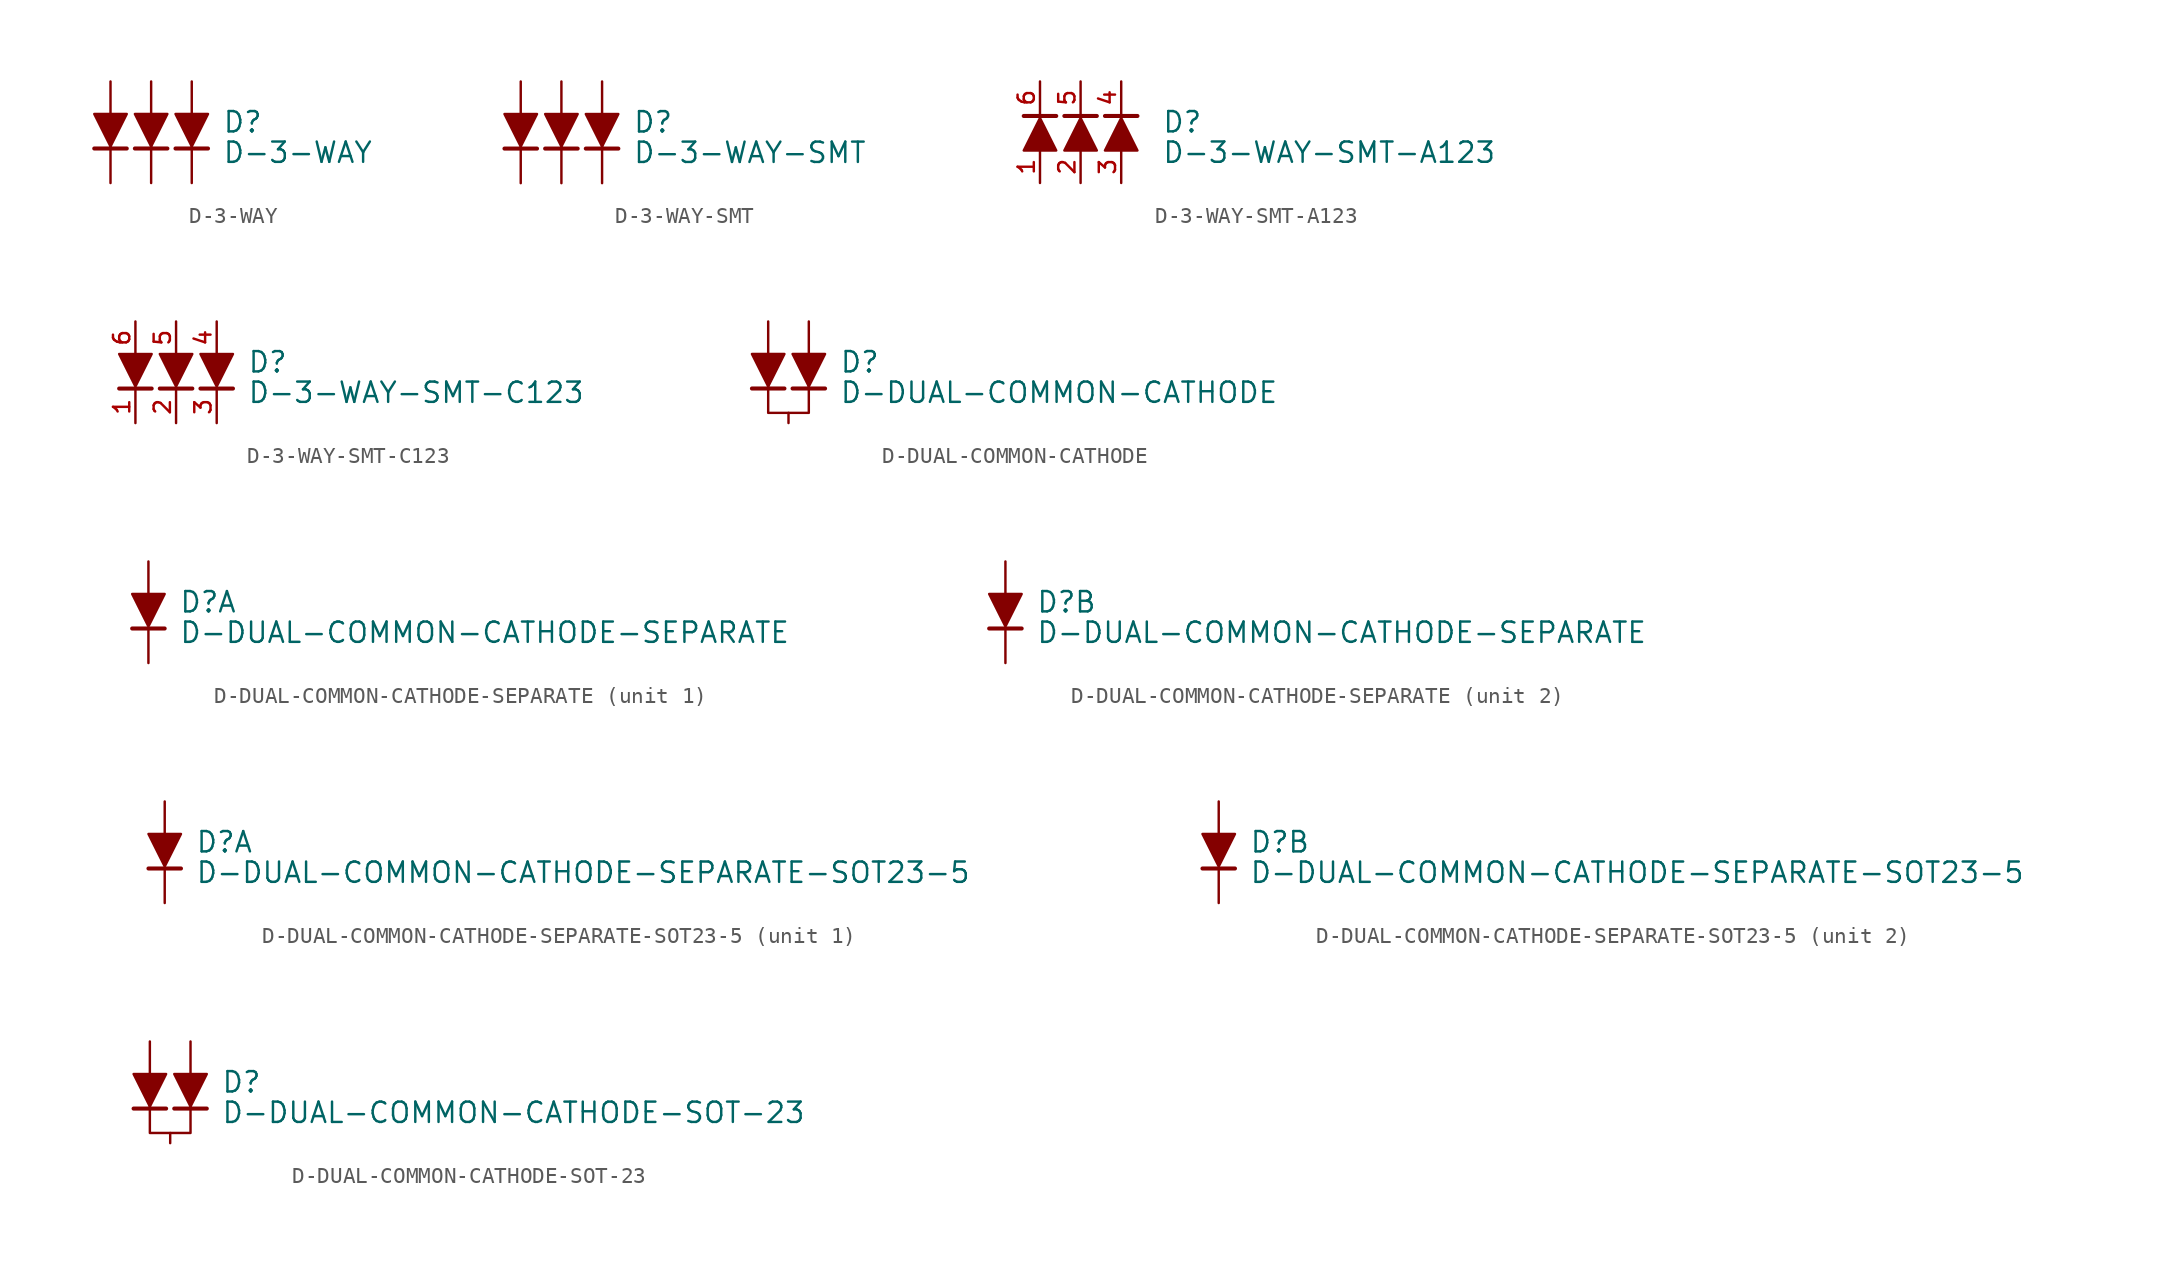
<source format=kicad_sym>
(kicad_symbol_lib
  (version 20211014)
  (generator kicad_symbol_editor)
  (symbol "D-3-WAY"
    (pin_numbers hide)
    (pin_names
      (offset 1.016) hide)
    (property "Reference" "D"
      (at 4.445 -2.54 0)
      (effects (font (size 1.27 1.27)) (justify left)))
    (property "Value" "D-3-WAY"
      (at 4.445 -4.445 0)
      (effects (font (size 1.27 1.27)) (justify left)))
    (symbol "D-3-WAY_0_1"
      (polyline (pts (xy -1.524 -4.191) (xy -3.556 -4.191)) (stroke (width 0.254) (type default) (color 0 0 0 0)) (fill (type none)))
      (polyline (pts (xy 1.016 -4.191) (xy -1.016 -4.191)) (stroke (width 0.254) (type default) (color 0 0 0 0)) (fill (type none)))
      (polyline (pts (xy 3.556 -4.191) (xy 1.524 -4.191)) (stroke (width 0.254) (type default) (color 0 0 0 0)) (fill (type none)))
      (polyline (pts (xy -3.556 -2.032) (xy -1.524 -2.032) (xy -2.54 -4.064) (xy -3.556 -2.032)) (stroke (width 0) (type default) (color 0 0 0 0)) (fill (type outline)))
      (polyline (pts (xy -1.016 -2.032) (xy 1.016 -2.032) (xy 0 -4.064) (xy -1.016 -2.032)) (stroke (width 0) (type default) (color 0 0 0 0)) (fill (type outline)))
      (polyline (pts (xy 1.524 -2.032) (xy 3.556 -2.032) (xy 2.54 -4.064) (xy 1.524 -2.032)) (stroke (width 0) (type default) (color 0 0 0 0)) (fill (type outline))))
    (symbol "D-3-WAY_1_1"
      (pin passive line (at -2.54 0 270) (length 2.032) (name "~" (effects (font (size 1.27 1.27)))) (number "A1" (effects (font (size 1.27 1.27)))))
      (pin passive line (at 0 0 270) (length 2.032) (name "~" (effects (font (size 1.27 1.27)))) (number "A2" (effects (font (size 1.27 1.27)))))
      (pin passive line (at 2.54 0 270) (length 2.032) (name "~" (effects (font (size 1.27 1.27)))) (number "A3" (effects (font (size 1.27 1.27)))))
      (pin passive line (at -2.54 -6.35 90) (length 2.54) (name "~" (effects (font (size 1.27 1.27)))) (number "C1" (effects (font (size 1.27 1.27)))))
      (pin passive line (at 0 -6.35 90) (length 2.54) (name "~" (effects (font (size 1.27 1.27)))) (number "C2" (effects (font (size 1.27 1.27)))))
      (pin passive line (at 2.54 -6.35 90) (length 2.54) (name "~" (effects (font (size 1.27 1.27)))) (number "C3" (effects (font (size 1.27 1.27)))))))
  (symbol "D-3-WAY-SMT"
    (pin_numbers hide)
    (pin_names
      (offset 1.016) hide)
    (property "Reference" "D"
      (at 4.445 -2.54 0)
      (effects (font (size 1.27 1.27)) (justify left)))
    (property "Value" "D-3-WAY-SMT"
      (at 4.445 -4.445 0)
      (effects (font (size 1.27 1.27)) (justify left)))
    (symbol "D-3-WAY-SMT_0_1"
      (polyline (pts (xy -1.524 -4.191) (xy -3.556 -4.191)) (stroke (width 0.254) (type default) (color 0 0 0 0)) (fill (type none)))
      (polyline (pts (xy 1.016 -4.191) (xy -1.016 -4.191)) (stroke (width 0.254) (type default) (color 0 0 0 0)) (fill (type none)))
      (polyline (pts (xy 3.556 -4.191) (xy 1.524 -4.191)) (stroke (width 0.254) (type default) (color 0 0 0 0)) (fill (type none)))
      (polyline (pts (xy -3.556 -2.032) (xy -1.524 -2.032) (xy -2.54 -4.064) (xy -3.556 -2.032)) (stroke (width 0) (type default) (color 0 0 0 0)) (fill (type outline)))
      (polyline (pts (xy -1.016 -2.032) (xy 1.016 -2.032) (xy 0 -4.064) (xy -1.016 -2.032)) (stroke (width 0) (type default) (color 0 0 0 0)) (fill (type outline)))
      (polyline (pts (xy 1.524 -2.032) (xy 3.556 -2.032) (xy 2.54 -4.064) (xy 1.524 -2.032)) (stroke (width 0) (type default) (color 0 0 0 0)) (fill (type outline))))
    (symbol "D-3-WAY-SMT_1_1"
      (pin passive line (at -2.54 -6.35 90) (length 2.54) (name "~" (effects (font (size 1.27 1.27)))) (number "1" (effects (font (size 1.27 1.27)))))
      (pin passive line (at 0 -6.35 90) (length 2.54) (name "~" (effects (font (size 1.27 1.27)))) (number "2" (effects (font (size 1.27 1.27)))))
      (pin passive line (at 2.54 -6.35 90) (length 2.54) (name "~" (effects (font (size 1.27 1.27)))) (number "3" (effects (font (size 1.27 1.27)))))
      (pin passive line (at 2.54 0 270) (length 2.032) (name "~" (effects (font (size 1.27 1.27)))) (number "4" (effects (font (size 1.27 1.27)))))
      (pin passive line (at 0 0 270) (length 2.032) (name "~" (effects (font (size 1.27 1.27)))) (number "5" (effects (font (size 1.27 1.27)))))
      (pin passive line (at -2.54 0 270) (length 2.032) (name "~" (effects (font (size 1.27 1.27)))) (number "6" (effects (font (size 1.27 1.27)))))))
  (symbol "D-3-WAY-SMT-A123"
    (pin_names
      (offset 1.016) hide)
    (property "Reference" "D"
      (at 5.08 -2.54 0)
      (effects (font (size 1.27 1.27)) (justify left)))
    (property "Value" "D-3-WAY-SMT-A123"
      (at 5.08 -4.445 0)
      (effects (font (size 1.27 1.27)) (justify left)))
    (symbol "D-3-WAY-SMT-A123_0_1"
      (polyline (pts (xy -3.556 -2.159) (xy -1.524 -2.159)) (stroke (width 0.254) (type default) (color 0 0 0 0)) (fill (type none)))
      (polyline (pts (xy -1.016 -2.159) (xy 1.016 -2.159)) (stroke (width 0.254) (type default) (color 0 0 0 0)) (fill (type none)))
      (polyline (pts (xy 1.524 -2.159) (xy 3.556 -2.159)) (stroke (width 0.254) (type default) (color 0 0 0 0)) (fill (type none)))
      (polyline (pts (xy -1.524 -4.318) (xy -3.556 -4.318) (xy -2.54 -2.286) (xy -1.524 -4.318)) (stroke (width 0) (type default) (color 0 0 0 0)) (fill (type outline)))
      (polyline (pts (xy 1.016 -4.318) (xy -1.016 -4.318) (xy 0 -2.286) (xy 1.016 -4.318)) (stroke (width 0) (type default) (color 0 0 0 0)) (fill (type outline)))
      (polyline (pts (xy 3.556 -4.318) (xy 1.524 -4.318) (xy 2.54 -2.286) (xy 3.556 -4.318)) (stroke (width 0) (type default) (color 0 0 0 0)) (fill (type outline))))
    (symbol "D-3-WAY-SMT-A123_1_1"
      (pin passive line (at -2.54 -6.35 90) (length 2.032) (name "~" (effects (font (size 1.27 1.27)))) (number "1" (effects (font (size 1.016 1.016)))))
      (pin passive line (at 0 -6.35 90) (length 2.032) (name "~" (effects (font (size 1.27 1.27)))) (number "2" (effects (font (size 1.016 1.016)))))
      (pin passive line (at 2.54 -6.35 90) (length 2.032) (name "~" (effects (font (size 1.27 1.27)))) (number "3" (effects (font (size 1.016 1.016)))))
      (pin passive line (at 2.54 0 270) (length 2.032) (name "~" (effects (font (size 1.27 1.27)))) (number "4" (effects (font (size 1.016 1.016)))))
      (pin passive line (at 0 0 270) (length 2.032) (name "~" (effects (font (size 1.27 1.27)))) (number "5" (effects (font (size 1.016 1.016)))))
      (pin passive line (at -2.54 0 270) (length 2.032) (name "~" (effects (font (size 1.27 1.27)))) (number "6" (effects (font (size 1.016 1.016)))))))
  (symbol "D-3-WAY-SMT-C123"
    (pin_names
      (offset 1.016) hide)
    (property "Reference" "D"
      (at 4.445 -2.54 0)
      (effects (font (size 1.27 1.27)) (justify left)))
    (property "Value" "D-3-WAY-SMT-C123"
      (at 4.445 -4.445 0)
      (effects (font (size 1.27 1.27)) (justify left)))
    (symbol "D-3-WAY-SMT-C123_0_1"
      (polyline (pts (xy -1.524 -4.191) (xy -3.556 -4.191)) (stroke (width 0.254) (type default) (color 0 0 0 0)) (fill (type none)))
      (polyline (pts (xy 1.016 -4.191) (xy -1.016 -4.191)) (stroke (width 0.254) (type default) (color 0 0 0 0)) (fill (type none)))
      (polyline (pts (xy 3.556 -4.191) (xy 1.524 -4.191)) (stroke (width 0.254) (type default) (color 0 0 0 0)) (fill (type none)))
      (polyline (pts (xy -3.556 -2.032) (xy -1.524 -2.032) (xy -2.54 -4.064) (xy -3.556 -2.032)) (stroke (width 0) (type default) (color 0 0 0 0)) (fill (type outline)))
      (polyline (pts (xy -1.016 -2.032) (xy 1.016 -2.032) (xy 0 -4.064) (xy -1.016 -2.032)) (stroke (width 0) (type default) (color 0 0 0 0)) (fill (type outline)))
      (polyline (pts (xy 1.524 -2.032) (xy 3.556 -2.032) (xy 2.54 -4.064) (xy 1.524 -2.032)) (stroke (width 0) (type default) (color 0 0 0 0)) (fill (type outline))))
    (symbol "D-3-WAY-SMT-C123_1_1"
      (pin passive line (at -2.54 -6.35 90) (length 2.032) (name "~" (effects (font (size 1.27 1.27)))) (number "1" (effects (font (size 1.016 1.016)))))
      (pin passive line (at 0 -6.35 90) (length 2.032) (name "~" (effects (font (size 1.27 1.27)))) (number "2" (effects (font (size 1.016 1.016)))))
      (pin passive line (at 2.54 -6.35 90) (length 2.032) (name "~" (effects (font (size 1.27 1.27)))) (number "3" (effects (font (size 1.016 1.016)))))
      (pin passive line (at 2.54 0 270) (length 2.032) (name "~" (effects (font (size 1.27 1.27)))) (number "4" (effects (font (size 1.016 1.016)))))
      (pin passive line (at 0 0 270) (length 2.032) (name "~" (effects (font (size 1.27 1.27)))) (number "5" (effects (font (size 1.016 1.016)))))
      (pin passive line (at -2.54 0 270) (length 2.032) (name "~" (effects (font (size 1.27 1.27)))) (number "6" (effects (font (size 1.016 1.016)))))))
  (symbol "D-DUAL-COMMON-CATHODE"
    (pin_numbers hide)
    (pin_names
      (offset 1.016) hide)
    (property "Reference" "D"
      (at 1.905 -2.54 0)
      (effects (font (size 1.27 1.27)) (justify left)))
    (property "Value" "D-DUAL-COMMON-CATHODE"
      (at 1.905 -4.445 0)
      (effects (font (size 1.27 1.27)) (justify left)))
    (symbol "D-DUAL-COMMON-CATHODE_0_1"
      (polyline (pts (xy -1.524 -4.191) (xy -3.556 -4.191)) (stroke (width 0.254) (type default) (color 0 0 0 0)) (fill (type none)))
      (polyline (pts (xy 1.016 -4.191) (xy -1.016 -4.191)) (stroke (width 0.254) (type default) (color 0 0 0 0)) (fill (type none)))
      (polyline (pts (xy -3.556 -2.032) (xy -1.524 -2.032) (xy -2.54 -4.064) (xy -3.556 -2.032)) (stroke (width 0) (type default) (color 0 0 0 0)) (fill (type outline)))
      (polyline (pts (xy -2.54 -3.81) (xy -2.54 -5.715) (xy 0 -5.715) (xy 0 -3.81)) (stroke (width 0) (type default) (color 0 0 0 0)) (fill (type none)))
      (polyline (pts (xy -1.016 -2.032) (xy 1.016 -2.032) (xy 0 -4.064) (xy -1.016 -2.032)) (stroke (width 0) (type default) (color 0 0 0 0)) (fill (type outline))))
    (symbol "D-DUAL-COMMON-CATHODE_1_1"
      (pin passive line (at -2.54 0 270) (length 2.032) (name "~" (effects (font (size 1.27 1.27)))) (number "A1" (effects (font (size 1.27 1.27)))))
      (pin passive line (at 0 0 270) (length 2.032) (name "~" (effects (font (size 1.27 1.27)))) (number "A2" (effects (font (size 1.27 1.27)))))
      (pin passive line (at -1.27 -6.35 90) (length 0.635) (name "~" (effects (font (size 1.27 1.27)))) (number "C" (effects (font (size 1.27 1.27)))))))
  (symbol "D-DUAL-COMMON-CATHODE-SEPARATE"
    (pin_numbers hide)
    (pin_names
      (offset 1.016) hide)
    (property "Reference" "D"
      (at 1.905 -2.54 0)
      (effects (font (size 1.27 1.27)) (justify left)))
    (property "Value" "D-DUAL-COMMON-CATHODE-SEPARATE"
      (at 1.905 -4.445 0)
      (effects (font (size 1.27 1.27)) (justify left)))
    (symbol "D-DUAL-COMMON-CATHODE-SEPARATE_0_1"
      (polyline (pts (xy 1.016 -4.191) (xy -1.016 -4.191)) (stroke (width 0.254) (type default) (color 0 0 0 0)) (fill (type none)))
      (polyline (pts (xy -1.016 -2.032) (xy 1.016 -2.032) (xy 0 -4.064) (xy -1.016 -2.032)) (stroke (width 0) (type default) (color 0 0 0 0)) (fill (type outline))))
    (symbol "D-DUAL-COMMON-CATHODE-SEPARATE_1_1"
      (pin passive line (at 0 0 270) (length 2.032) (name "~" (effects (font (size 1.27 1.27)))) (number "A1" (effects (font (size 1.27 1.27)))))
      (pin passive line (at 0 -6.35 90) (length 2.032) (name "~" (effects (font (size 1.27 1.27)))) (number "C" (effects (font (size 1.27 1.27))))))
    (symbol "D-DUAL-COMMON-CATHODE-SEPARATE_2_1"
      (pin passive line (at 0 0 270) (length 2.032) (name "~" (effects (font (size 1.27 1.27)))) (number "A2" (effects (font (size 1.27 1.27)))))
      (pin passive line (at 0 -6.35 90) (length 2.032) (name "~" (effects (font (size 1.27 1.27)))) (number "C" (effects (font (size 1.27 1.27)))))))
  (symbol "D-DUAL-COMMON-CATHODE-SEPARATE-SOT23-5"
    (pin_numbers hide)
    (pin_names
      (offset 1.016) hide)
    (property "Reference" "D"
      (at 1.905 -2.54 0)
      (effects (font (size 1.27 1.27)) (justify left)))
    (property "Value" "D-DUAL-COMMON-CATHODE-SEPARATE-SOT23-5"
      (at 1.905 -4.445 0)
      (effects (font (size 1.27 1.27)) (justify left)))
    (symbol "D-DUAL-COMMON-CATHODE-SEPARATE-SOT23-5_0_1"
      (polyline (pts (xy 1.016 -4.191) (xy -1.016 -4.191)) (stroke (width 0.254) (type default) (color 0 0 0 0)) (fill (type none)))
      (polyline (pts (xy -1.016 -2.032) (xy 1.016 -2.032) (xy 0 -4.064) (xy -1.016 -2.032)) (stroke (width 0) (type default) (color 0 0 0 0)) (fill (type outline))))
    (symbol "D-DUAL-COMMON-CATHODE-SEPARATE-SOT23-5_1_1"
      (pin passive line (at 0 0 270) (length 2.032) (name "~" (effects (font (size 1.27 1.27)))) (number "1" (effects (font (size 1.27 1.27)))))
      (pin passive line (at 0 -6.35 90) (length 2.032) (name "~" (effects (font (size 1.27 1.27)))) (number "3" (effects (font (size 1.27 1.27))))))
    (symbol "D-DUAL-COMMON-CATHODE-SEPARATE-SOT23-5_2_1"
      (pin passive line (at 0 0 270) (length 2.032) (name "~" (effects (font (size 1.27 1.27)))) (number "2" (effects (font (size 1.27 1.27)))))
      (pin passive line (at 0 -6.35 90) (length 2.032) (name "~" (effects (font (size 1.27 1.27)))) (number "3" (effects (font (size 1.27 1.27)))))))
  (symbol "D-DUAL-COMMON-CATHODE-SOT-23"
    (pin_numbers hide)
    (pin_names
      (offset 1.016) hide)
    (property "Reference" "D"
      (at 1.905 -2.54 0)
      (effects (font (size 1.27 1.27)) (justify left)))
    (property "Value" "D-DUAL-COMMON-CATHODE-SOT-23"
      (at 1.905 -4.445 0)
      (effects (font (size 1.27 1.27)) (justify left)))
    (symbol "D-DUAL-COMMON-CATHODE-SOT-23_0_1"
      (polyline (pts (xy -1.524 -4.191) (xy -3.556 -4.191)) (stroke (width 0.254) (type default) (color 0 0 0 0)) (fill (type none)))
      (polyline (pts (xy 1.016 -4.191) (xy -1.016 -4.191)) (stroke (width 0.254) (type default) (color 0 0 0 0)) (fill (type none)))
      (polyline (pts (xy -3.556 -2.032) (xy -1.524 -2.032) (xy -2.54 -4.064) (xy -3.556 -2.032)) (stroke (width 0) (type default) (color 0 0 0 0)) (fill (type outline)))
      (polyline (pts (xy -2.54 -3.81) (xy -2.54 -5.715) (xy 0 -5.715) (xy 0 -3.81)) (stroke (width 0) (type default) (color 0 0 0 0)) (fill (type none)))
      (polyline (pts (xy -1.016 -2.032) (xy 1.016 -2.032) (xy 0 -4.064) (xy -1.016 -2.032)) (stroke (width 0) (type default) (color 0 0 0 0)) (fill (type outline))))
    (symbol "D-DUAL-COMMON-CATHODE-SOT-23_1_1"
      (pin passive line (at -2.54 0 270) (length 2.032) (name "~" (effects (font (size 1.27 1.27)))) (number "1" (effects (font (size 1.27 1.27)))))
      (pin passive line (at 0 0 270) (length 2.032) (name "~" (effects (font (size 1.27 1.27)))) (number "2" (effects (font (size 1.27 1.27)))))
      (pin passive line (at -1.27 -6.35 90) (length 0.635) (name "~" (effects (font (size 1.27 1.27)))) (number "3" (effects (font (size 1.27 1.27))))))))
</source>
